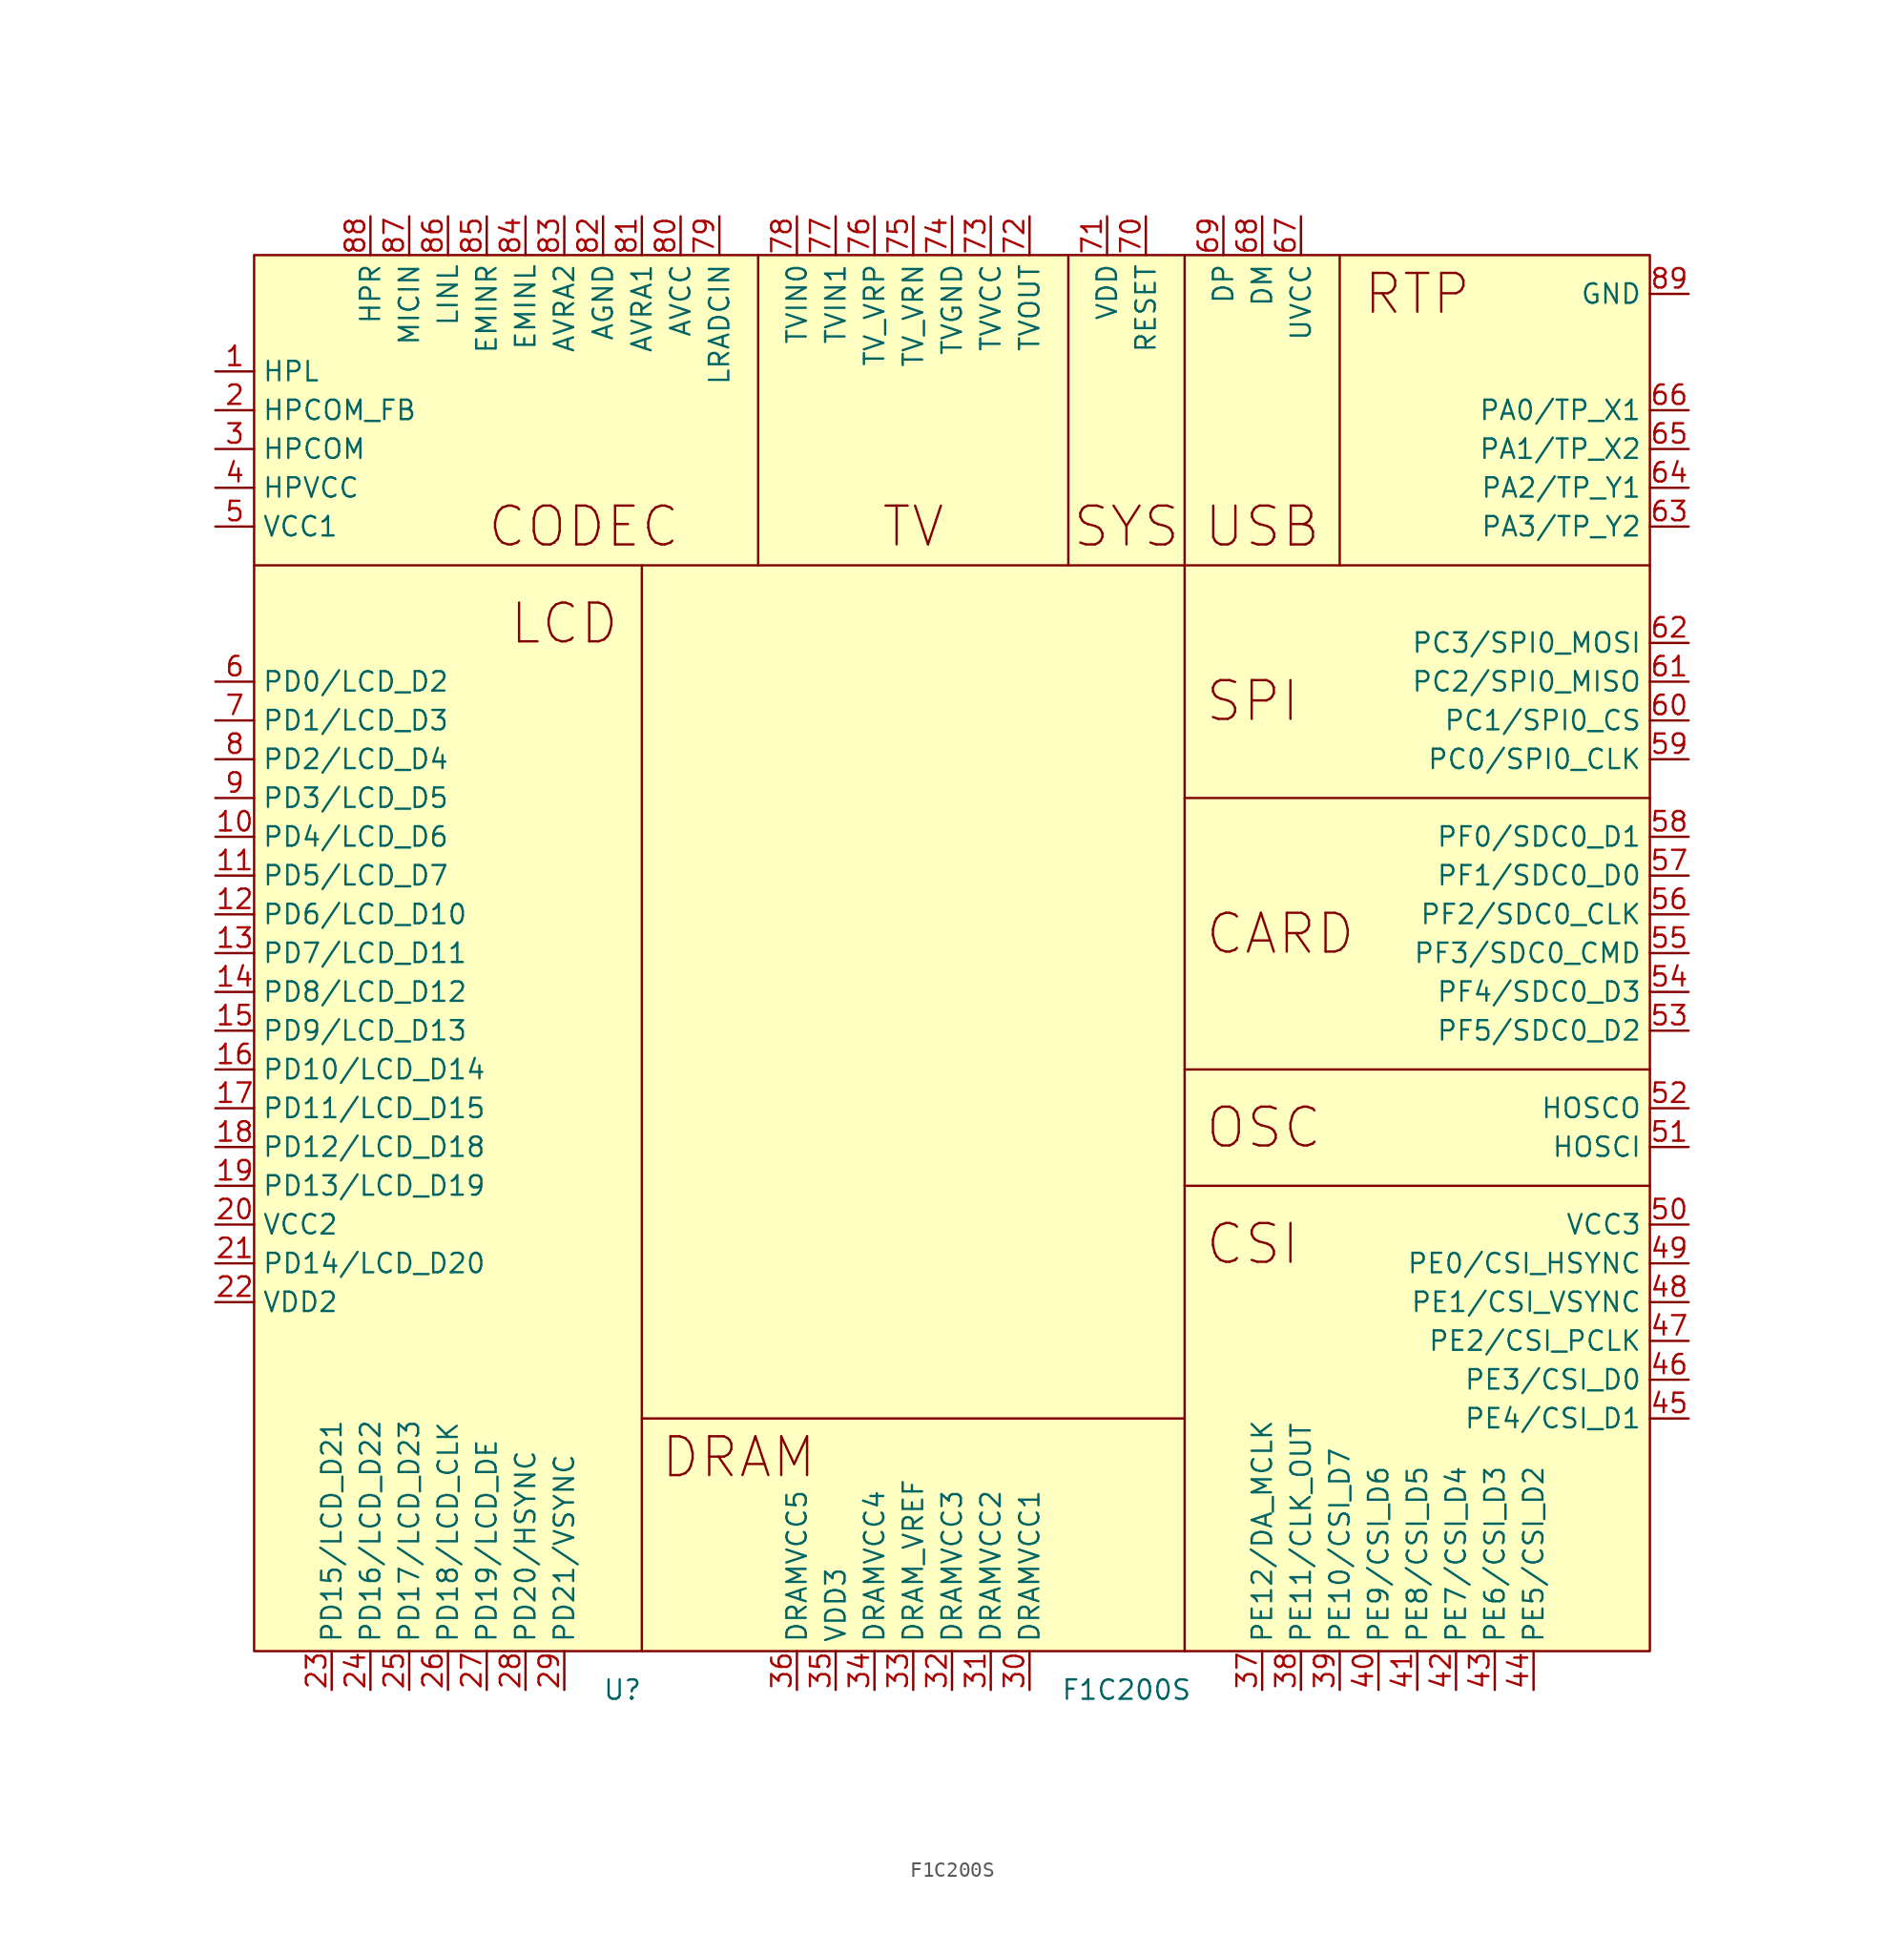
<source format=kicad_sym>
(kicad_symbol_lib
  (version 20220914)
  (generator kicad_symbol_editor)
  (symbol "F1C200S"
    (property "Reference" "U"
      (at 24.13 -93.98 0)
      (effects (font (size 1.27 1.27))))
    (property "Value" "F1C200S"
      (at 57.15 -93.98 0)
      (effects (font (size 1.27 1.27))))
    (symbol "F1C200S_0_0"
      (text "CARD" (at 62.23 -44.45 0) (effects (font (size 2.54 2.54)) (justify left)))
      (text "CODEC" (at 21.59 -17.78 0) (effects (font (size 2.54 2.54))))
      (text "CSI" (at 62.23 -64.77 0) (effects (font (size 2.54 2.54)) (justify left)))
      (text "DRAM" (at 31.75 -78.74 0) (effects (font (size 2.54 2.54))))
      (text "LCD" (at 20.32 -24.13 0) (effects (font (size 2.54 2.54))))
      (text "OSC" (at 62.23 -57.15 0) (effects (font (size 2.54 2.54)) (justify left)))
      (text "RTP" (at 76.2 -2.54 0) (effects (font (size 2.54 2.54))))
      (text "SPI" (at 62.23 -29.21 0) (effects (font (size 2.54 2.54)) (justify left)))
      (text "SYS" (at 57.15 -17.78 0) (effects (font (size 2.54 2.54))))
      (text "TV" (at 43.18 -17.78 0) (effects (font (size 2.54 2.54))))
      (text "USB" (at 66.04 -17.78 0) (effects (font (size 2.54 2.54)))))
    (symbol "F1C200S_0_1"
      (polyline (pts (xy 25.4 -91.44) (xy 25.4 -20.32)) (stroke (width 0) (type default)) (fill (type none)))
      (polyline (pts (xy 25.4 -76.2) (xy 60.96 -76.2)) (stroke (width 0) (type default)) (fill (type none)))
      (polyline (pts (xy 33.02 -20.32) (xy 91.44 -20.32)) (stroke (width 0) (type default)) (fill (type none)))
      (polyline (pts (xy 53.34 0) (xy 53.34 -20.32)) (stroke (width 0) (type default)) (fill (type none)))
      (polyline (pts (xy 60.96 -20.32) (xy 60.96 -91.44)) (stroke (width 0) (type default)) (fill (type none)))
      (polyline (pts (xy 60.96 0) (xy 60.96 -20.32)) (stroke (width 0) (type default)) (fill (type none)))
      (polyline (pts (xy 71.12 0) (xy 71.12 -20.32)) (stroke (width 0) (type default)) (fill (type none)))
      (polyline (pts (xy 91.44 -60.96) (xy 60.96 -60.96)) (stroke (width 0) (type default)) (fill (type none)))
      (polyline (pts (xy 91.44 -53.34) (xy 60.96 -53.34)) (stroke (width 0) (type default)) (fill (type none)))
      (polyline (pts (xy 91.44 -35.56) (xy 60.96 -35.56)) (stroke (width 0) (type default)) (fill (type none)))
      (polyline (pts (xy 0 -20.32) (xy 33.02 -20.32) (xy 33.02 0)) (stroke (width 0) (type default)) (fill (type none)))
      (rectangle (start 0 0) (end 91.44 -91.44) (stroke (width 0) (type default)) (fill (type background))))
    (symbol "F1C200S_1_1"
      (pin bidirectional line (at -2.54 -7.62 0) (length 2.54) (name "HPL" (effects (font (size 1.27 1.27)))) (number "1" (effects (font (size 1.27 1.27)))))
      (pin bidirectional line (at -2.54 -38.1 0) (length 2.54) (name "PD4/LCD_D6" (effects (font (size 1.27 1.27)))) (number "10" (effects (font (size 1.27 1.27)))))
      (pin bidirectional line (at -2.54 -40.64 0) (length 2.54) (name "PD5/LCD_D7" (effects (font (size 1.27 1.27)))) (number "11" (effects (font (size 1.27 1.27)))))
      (pin bidirectional line (at -2.54 -43.18 0) (length 2.54) (name "PD6/LCD_D10" (effects (font (size 1.27 1.27)))) (number "12" (effects (font (size 1.27 1.27)))))
      (pin bidirectional line (at -2.54 -45.72 0) (length 2.54) (name "PD7/LCD_D11" (effects (font (size 1.27 1.27)))) (number "13" (effects (font (size 1.27 1.27)))))
      (pin bidirectional line (at -2.54 -48.26 0) (length 2.54) (name "PD8/LCD_D12" (effects (font (size 1.27 1.27)))) (number "14" (effects (font (size 1.27 1.27)))))
      (pin bidirectional line (at -2.54 -50.8 0) (length 2.54) (name "PD9/LCD_D13" (effects (font (size 1.27 1.27)))) (number "15" (effects (font (size 1.27 1.27)))))
      (pin bidirectional line (at -2.54 -53.34 0) (length 2.54) (name "PD10/LCD_D14" (effects (font (size 1.27 1.27)))) (number "16" (effects (font (size 1.27 1.27)))))
      (pin bidirectional line (at -2.54 -55.88 0) (length 2.54) (name "PD11/LCD_D15" (effects (font (size 1.27 1.27)))) (number "17" (effects (font (size 1.27 1.27)))))
      (pin bidirectional line (at -2.54 -58.42 0) (length 2.54) (name "PD12/LCD_D18" (effects (font (size 1.27 1.27)))) (number "18" (effects (font (size 1.27 1.27)))))
      (pin bidirectional line (at -2.54 -60.96 0) (length 2.54) (name "PD13/LCD_D19" (effects (font (size 1.27 1.27)))) (number "19" (effects (font (size 1.27 1.27)))))
      (pin bidirectional line (at -2.54 -10.16 0) (length 2.54) (name "HPCOM_FB" (effects (font (size 1.27 1.27)))) (number "2" (effects (font (size 1.27 1.27)))))
      (pin power_in line (at -2.54 -63.5 0) (length 2.54) (name "VCC2" (effects (font (size 1.27 1.27)))) (number "20" (effects (font (size 1.27 1.27)))))
      (pin bidirectional line (at -2.54 -66.04 0) (length 2.54) (name "PD14/LCD_D20" (effects (font (size 1.27 1.27)))) (number "21" (effects (font (size 1.27 1.27)))))
      (pin power_in line (at -2.54 -68.58 0) (length 2.54) (name "VDD2" (effects (font (size 1.27 1.27)))) (number "22" (effects (font (size 1.27 1.27)))))
      (pin bidirectional line (at 5.08 -93.98 90) (length 2.54) (name "PD15/LCD_D21" (effects (font (size 1.27 1.27)))) (number "23" (effects (font (size 1.27 1.27)))))
      (pin bidirectional line (at 7.62 -93.98 90) (length 2.54) (name "PD16/LCD_D22" (effects (font (size 1.27 1.27)))) (number "24" (effects (font (size 1.27 1.27)))))
      (pin bidirectional line (at 10.16 -93.98 90) (length 2.54) (name "PD17/LCD_D23" (effects (font (size 1.27 1.27)))) (number "25" (effects (font (size 1.27 1.27)))))
      (pin bidirectional line (at 12.7 -93.98 90) (length 2.54) (name "PD18/LCD_CLK" (effects (font (size 1.27 1.27)))) (number "26" (effects (font (size 1.27 1.27)))))
      (pin bidirectional line (at 15.24 -93.98 90) (length 2.54) (name "PD19/LCD_DE" (effects (font (size 1.27 1.27)))) (number "27" (effects (font (size 1.27 1.27)))))
      (pin bidirectional line (at 17.78 -93.98 90) (length 2.54) (name "PD20/HSYNC" (effects (font (size 1.27 1.27)))) (number "28" (effects (font (size 1.27 1.27)))))
      (pin bidirectional line (at 20.32 -93.98 90) (length 2.54) (name "PD21/VSYNC" (effects (font (size 1.27 1.27)))) (number "29" (effects (font (size 1.27 1.27)))))
      (pin bidirectional line (at -2.54 -12.7 0) (length 2.54) (name "HPCOM" (effects (font (size 1.27 1.27)))) (number "3" (effects (font (size 1.27 1.27)))))
      (pin power_in line (at 50.8 -93.98 90) (length 2.54) (name "DRAMVCC1" (effects (font (size 1.27 1.27)))) (number "30" (effects (font (size 1.27 1.27)))))
      (pin power_in line (at 48.26 -93.98 90) (length 2.54) (name "DRAMVCC2" (effects (font (size 1.27 1.27)))) (number "31" (effects (font (size 1.27 1.27)))))
      (pin power_in line (at 45.72 -93.98 90) (length 2.54) (name "DRAMVCC3" (effects (font (size 1.27 1.27)))) (number "32" (effects (font (size 1.27 1.27)))))
      (pin bidirectional line (at 43.18 -93.98 90) (length 2.54) (name "DRAM_VREF" (effects (font (size 1.27 1.27)))) (number "33" (effects (font (size 1.27 1.27)))))
      (pin power_in line (at 40.64 -93.98 90) (length 2.54) (name "DRAMVCC4" (effects (font (size 1.27 1.27)))) (number "34" (effects (font (size 1.27 1.27)))))
      (pin power_in line (at 38.1 -93.98 90) (length 2.54) (name "VDD3" (effects (font (size 1.27 1.27)))) (number "35" (effects (font (size 1.27 1.27)))))
      (pin power_in line (at 35.56 -93.98 90) (length 2.54) (name "DRAMVCC5" (effects (font (size 1.27 1.27)))) (number "36" (effects (font (size 1.27 1.27)))))
      (pin bidirectional line (at 66.04 -93.98 90) (length 2.54) (name "PE12/DA_MCLK" (effects (font (size 1.27 1.27)))) (number "37" (effects (font (size 1.27 1.27)))))
      (pin bidirectional line (at 68.58 -93.98 90) (length 2.54) (name "PE11/CLK_OUT" (effects (font (size 1.27 1.27)))) (number "38" (effects (font (size 1.27 1.27)))))
      (pin bidirectional line (at 71.12 -93.98 90) (length 2.54) (name "PE10/CSI_D7" (effects (font (size 1.27 1.27)))) (number "39" (effects (font (size 1.27 1.27)))))
      (pin power_in line (at -2.54 -15.24 0) (length 2.54) (name "HPVCC" (effects (font (size 1.27 1.27)))) (number "4" (effects (font (size 1.27 1.27)))))
      (pin bidirectional line (at 73.66 -93.98 90) (length 2.54) (name "PE9/CSI_D6" (effects (font (size 1.27 1.27)))) (number "40" (effects (font (size 1.27 1.27)))))
      (pin bidirectional line (at 76.2 -93.98 90) (length 2.54) (name "PE8/CSI_D5" (effects (font (size 1.27 1.27)))) (number "41" (effects (font (size 1.27 1.27)))))
      (pin bidirectional line (at 78.74 -93.98 90) (length 2.54) (name "PE7/CSI_D4" (effects (font (size 1.27 1.27)))) (number "42" (effects (font (size 1.27 1.27)))))
      (pin bidirectional line (at 81.28 -93.98 90) (length 2.54) (name "PE6/CSI_D3" (effects (font (size 1.27 1.27)))) (number "43" (effects (font (size 1.27 1.27)))))
      (pin bidirectional line (at 83.82 -93.98 90) (length 2.54) (name "PE5/CSI_D2" (effects (font (size 1.27 1.27)))) (number "44" (effects (font (size 1.27 1.27)))))
      (pin bidirectional line (at 93.98 -76.2 180) (length 2.54) (name "PE4/CSI_D1" (effects (font (size 1.27 1.27)))) (number "45" (effects (font (size 1.27 1.27)))))
      (pin bidirectional line (at 93.98 -73.66 180) (length 2.54) (name "PE3/CSI_D0" (effects (font (size 1.27 1.27)))) (number "46" (effects (font (size 1.27 1.27)))))
      (pin bidirectional line (at 93.98 -71.12 180) (length 2.54) (name "PE2/CSI_PCLK" (effects (font (size 1.27 1.27)))) (number "47" (effects (font (size 1.27 1.27)))))
      (pin bidirectional line (at 93.98 -68.58 180) (length 2.54) (name "PE1/CSI_VSYNC" (effects (font (size 1.27 1.27)))) (number "48" (effects (font (size 1.27 1.27)))))
      (pin bidirectional line (at 93.98 -66.04 180) (length 2.54) (name "PE0/CSI_HSYNC" (effects (font (size 1.27 1.27)))) (number "49" (effects (font (size 1.27 1.27)))))
      (pin power_in line (at -2.54 -17.78 0) (length 2.54) (name "VCC1" (effects (font (size 1.27 1.27)))) (number "5" (effects (font (size 1.27 1.27)))))
      (pin power_in line (at 93.98 -63.5 180) (length 2.54) (name "VCC3" (effects (font (size 1.27 1.27)))) (number "50" (effects (font (size 1.27 1.27)))))
      (pin bidirectional line (at 93.98 -58.42 180) (length 2.54) (name "HOSCI" (effects (font (size 1.27 1.27)))) (number "51" (effects (font (size 1.27 1.27)))))
      (pin bidirectional line (at 93.98 -55.88 180) (length 2.54) (name "HOSCO" (effects (font (size 1.27 1.27)))) (number "52" (effects (font (size 1.27 1.27)))))
      (pin bidirectional line (at 93.98 -50.8 180) (length 2.54) (name "PF5/SDC0_D2" (effects (font (size 1.27 1.27)))) (number "53" (effects (font (size 1.27 1.27)))))
      (pin bidirectional line (at 93.98 -48.26 180) (length 2.54) (name "PF4/SDC0_D3" (effects (font (size 1.27 1.27)))) (number "54" (effects (font (size 1.27 1.27)))))
      (pin bidirectional line (at 93.98 -45.72 180) (length 2.54) (name "PF3/SDC0_CMD" (effects (font (size 1.27 1.27)))) (number "55" (effects (font (size 1.27 1.27)))))
      (pin bidirectional line (at 93.98 -43.18 180) (length 2.54) (name "PF2/SDC0_CLK" (effects (font (size 1.27 1.27)))) (number "56" (effects (font (size 1.27 1.27)))))
      (pin bidirectional line (at 93.98 -40.64 180) (length 2.54) (name "PF1/SDC0_D0" (effects (font (size 1.27 1.27)))) (number "57" (effects (font (size 1.27 1.27)))))
      (pin bidirectional line (at 93.98 -38.1 180) (length 2.54) (name "PF0/SDC0_D1" (effects (font (size 1.27 1.27)))) (number "58" (effects (font (size 1.27 1.27)))))
      (pin bidirectional line (at 93.98 -33.02 180) (length 2.54) (name "PC0/SPI0_CLK" (effects (font (size 1.27 1.27)))) (number "59" (effects (font (size 1.27 1.27)))))
      (pin bidirectional line (at -2.54 -27.94 0) (length 2.54) (name "PD0/LCD_D2" (effects (font (size 1.27 1.27)))) (number "6" (effects (font (size 1.27 1.27)))))
      (pin bidirectional line (at 93.98 -30.48 180) (length 2.54) (name "PC1/SPI0_CS" (effects (font (size 1.27 1.27)))) (number "60" (effects (font (size 1.27 1.27)))))
      (pin bidirectional line (at 93.98 -27.94 180) (length 2.54) (name "PC2/SPI0_MISO" (effects (font (size 1.27 1.27)))) (number "61" (effects (font (size 1.27 1.27)))))
      (pin bidirectional line (at 93.98 -25.4 180) (length 2.54) (name "PC3/SPI0_MOSI" (effects (font (size 1.27 1.27)))) (number "62" (effects (font (size 1.27 1.27)))))
      (pin bidirectional line (at 93.98 -17.78 180) (length 2.54) (name "PA3/TP_Y2" (effects (font (size 1.27 1.27)))) (number "63" (effects (font (size 1.27 1.27)))))
      (pin bidirectional line (at 93.98 -15.24 180) (length 2.54) (name "PA2/TP_Y1" (effects (font (size 1.27 1.27)))) (number "64" (effects (font (size 1.27 1.27)))))
      (pin bidirectional line (at 93.98 -12.7 180) (length 2.54) (name "PA1/TP_X2" (effects (font (size 1.27 1.27)))) (number "65" (effects (font (size 1.27 1.27)))))
      (pin bidirectional line (at 93.98 -10.16 180) (length 2.54) (name "PA0/TP_X1" (effects (font (size 1.27 1.27)))) (number "66" (effects (font (size 1.27 1.27)))))
      (pin power_in line (at 68.58 2.54 270) (length 2.54) (name "UVCC" (effects (font (size 1.27 1.27)))) (number "67" (effects (font (size 1.27 1.27)))))
      (pin bidirectional line (at 66.04 2.54 270) (length 2.54) (name "DM" (effects (font (size 1.27 1.27)))) (number "68" (effects (font (size 1.27 1.27)))))
      (pin bidirectional line (at 63.5 2.54 270) (length 2.54) (name "DP" (effects (font (size 1.27 1.27)))) (number "69" (effects (font (size 1.27 1.27)))))
      (pin bidirectional line (at -2.54 -30.48 0) (length 2.54) (name "PD1/LCD_D3" (effects (font (size 1.27 1.27)))) (number "7" (effects (font (size 1.27 1.27)))))
      (pin bidirectional line (at 58.42 2.54 270) (length 2.54) (name "RESET" (effects (font (size 1.27 1.27)))) (number "70" (effects (font (size 1.27 1.27)))))
      (pin power_in line (at 55.88 2.54 270) (length 2.54) (name "VDD" (effects (font (size 1.27 1.27)))) (number "71" (effects (font (size 1.27 1.27)))))
      (pin bidirectional line (at 50.8 2.54 270) (length 2.54) (name "TVOUT" (effects (font (size 1.27 1.27)))) (number "72" (effects (font (size 1.27 1.27)))))
      (pin bidirectional line (at 48.26 2.54 270) (length 2.54) (name "TVVCC" (effects (font (size 1.27 1.27)))) (number "73" (effects (font (size 1.27 1.27)))))
      (pin power_in line (at 45.72 2.54 270) (length 2.54) (name "TVGND" (effects (font (size 1.27 1.27)))) (number "74" (effects (font (size 1.27 1.27)))))
      (pin bidirectional line (at 43.18 2.54 270) (length 2.54) (name "TV_VRN" (effects (font (size 1.27 1.27)))) (number "75" (effects (font (size 1.27 1.27)))))
      (pin bidirectional line (at 40.64 2.54 270) (length 2.54) (name "TV_VRP" (effects (font (size 1.27 1.27)))) (number "76" (effects (font (size 1.27 1.27)))))
      (pin bidirectional line (at 38.1 2.54 270) (length 2.54) (name "TVIN1" (effects (font (size 1.27 1.27)))) (number "77" (effects (font (size 1.27 1.27)))))
      (pin bidirectional line (at 35.56 2.54 270) (length 2.54) (name "TVIN0" (effects (font (size 1.27 1.27)))) (number "78" (effects (font (size 1.27 1.27)))))
      (pin bidirectional line (at 30.48 2.54 270) (length 2.54) (name "LRADCIN" (effects (font (size 1.27 1.27)))) (number "79" (effects (font (size 1.27 1.27)))))
      (pin bidirectional line (at -2.54 -33.02 0) (length 2.54) (name "PD2/LCD_D4" (effects (font (size 1.27 1.27)))) (number "8" (effects (font (size 1.27 1.27)))))
      (pin power_in line (at 27.94 2.54 270) (length 2.54) (name "AVCC" (effects (font (size 1.27 1.27)))) (number "80" (effects (font (size 1.27 1.27)))))
      (pin bidirectional line (at 25.4 2.54 270) (length 2.54) (name "AVRA1" (effects (font (size 1.27 1.27)))) (number "81" (effects (font (size 1.27 1.27)))))
      (pin power_in line (at 22.86 2.54 270) (length 2.54) (name "AGND" (effects (font (size 1.27 1.27)))) (number "82" (effects (font (size 1.27 1.27)))))
      (pin bidirectional line (at 20.32 2.54 270) (length 2.54) (name "AVRA2" (effects (font (size 1.27 1.27)))) (number "83" (effects (font (size 1.27 1.27)))))
      (pin bidirectional line (at 17.78 2.54 270) (length 2.54) (name "EMINL" (effects (font (size 1.27 1.27)))) (number "84" (effects (font (size 1.27 1.27)))))
      (pin bidirectional line (at 15.24 2.54 270) (length 2.54) (name "EMINR" (effects (font (size 1.27 1.27)))) (number "85" (effects (font (size 1.27 1.27)))))
      (pin bidirectional line (at 12.7 2.54 270) (length 2.54) (name "LINL" (effects (font (size 1.27 1.27)))) (number "86" (effects (font (size 1.27 1.27)))))
      (pin bidirectional line (at 10.16 2.54 270) (length 2.54) (name "MICIN" (effects (font (size 1.27 1.27)))) (number "87" (effects (font (size 1.27 1.27)))))
      (pin bidirectional line (at 7.62 2.54 270) (length 2.54) (name "HPR" (effects (font (size 1.27 1.27)))) (number "88" (effects (font (size 1.27 1.27)))))
      (pin power_in line (at 93.98 -2.54 180) (length 2.54) (name "GND" (effects (font (size 1.27 1.27)))) (number "89" (effects (font (size 1.27 1.27)))))
      (pin bidirectional line (at -2.54 -35.56 0) (length 2.54) (name "PD3/LCD_D5" (effects (font (size 1.27 1.27)))) (number "9" (effects (font (size 1.27 1.27))))))))
</source>
